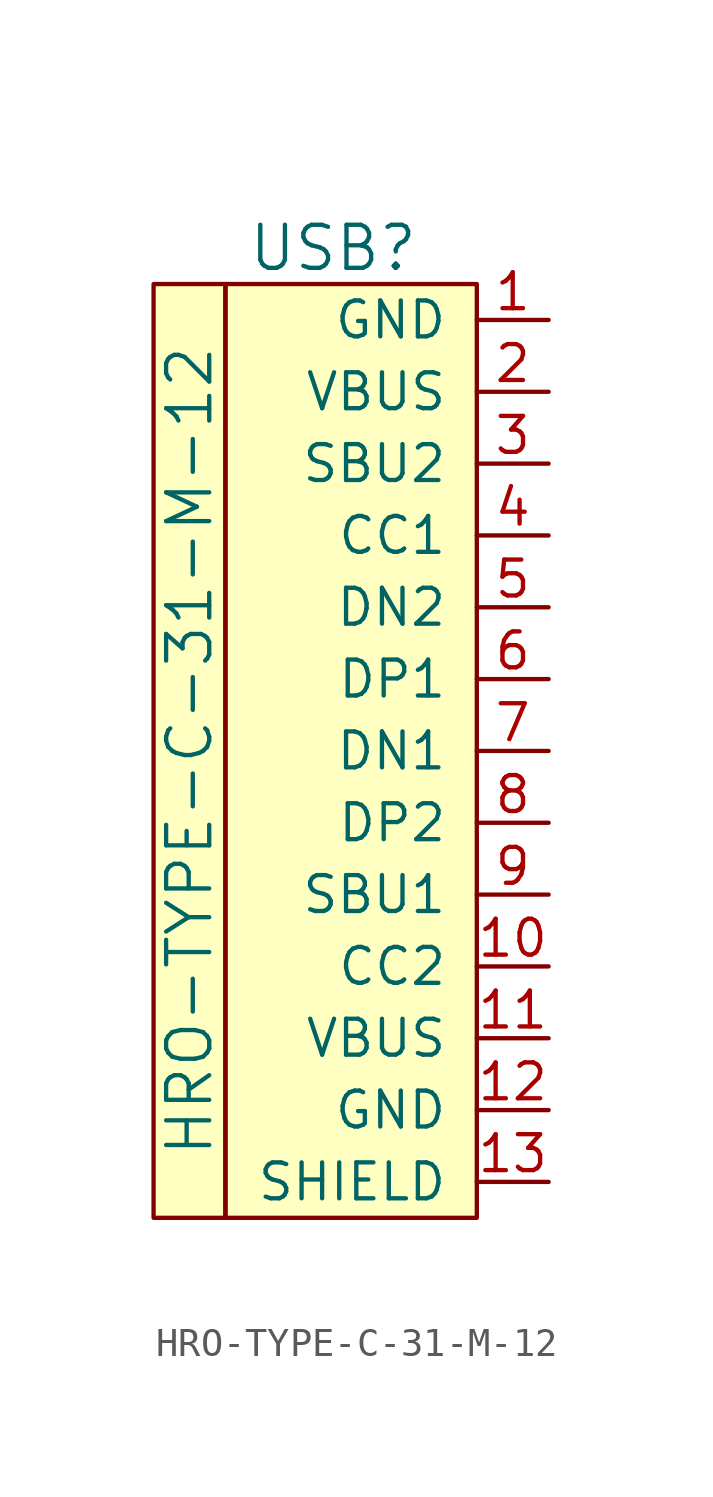
<source format=kicad_sym>
(kicad_symbol_lib
  (version 20241209)
  (generator "kicad_symbol_editor")
  (generator_version "9.99")
  (symbol "HRO-TYPE-C-31-M-12"
    (pin_names
      (offset 1.016))
    (property "Reference" "USB"
      (at -5.08 16.51 0)
      (effects (font (size 1.524 1.524))))
    (property "Value" "HRO-TYPE-C-31-M-12"
      (at -10.16 -1.27 90)
      (effects (font (size 1.524 1.524))))
    (symbol "HRO-TYPE-C-31-M-12_0_1"
      (rectangle (start -11.43 15.24) (end -8.89 -17.78) (stroke (width 0) (type solid)) (fill (type background)))
      (rectangle (start 0 -17.78) (end -8.89 15.24) (stroke (width 0) (type solid)) (fill (type background))))
    (symbol "HRO-TYPE-C-31-M-12_1_1"
      (pin input line (at 2.54 13.97 180) (length 2.54) (name "GND" (effects (font (size 1.27 1.27)))) (number "1" (effects (font (size 1.27 1.27)))))
      (pin input line (at 2.54 11.43 180) (length 2.54) (name "VBUS" (effects (font (size 1.27 1.27)))) (number "2" (effects (font (size 1.27 1.27)))))
      (pin input line (at 2.54 8.89 180) (length 2.54) (name "SBU2" (effects (font (size 1.27 1.27)))) (number "3" (effects (font (size 1.27 1.27)))))
      (pin input line (at 2.54 6.35 180) (length 2.54) (name "CC1" (effects (font (size 1.27 1.27)))) (number "4" (effects (font (size 1.27 1.27)))))
      (pin input line (at 2.54 3.81 180) (length 2.54) (name "DN2" (effects (font (size 1.27 1.27)))) (number "5" (effects (font (size 1.27 1.27)))))
      (pin input line (at 2.54 1.27 180) (length 2.54) (name "DP1" (effects (font (size 1.27 1.27)))) (number "6" (effects (font (size 1.27 1.27)))))
      (pin input line (at 2.54 -1.27 180) (length 2.54) (name "DN1" (effects (font (size 1.27 1.27)))) (number "7" (effects (font (size 1.27 1.27)))))
      (pin input line (at 2.54 -3.81 180) (length 2.54) (name "DP2" (effects (font (size 1.27 1.27)))) (number "8" (effects (font (size 1.27 1.27)))))
      (pin input line (at 2.54 -6.35 180) (length 2.54) (name "SBU1" (effects (font (size 1.27 1.27)))) (number "9" (effects (font (size 1.27 1.27)))))
      (pin input line (at 2.54 -8.89 180) (length 2.54) (name "CC2" (effects (font (size 1.27 1.27)))) (number "10" (effects (font (size 1.27 1.27)))))
      (pin input line (at 2.54 -11.43 180) (length 2.54) (name "VBUS" (effects (font (size 1.27 1.27)))) (number "11" (effects (font (size 1.27 1.27)))))
      (pin input line (at 2.54 -13.97 180) (length 2.54) (name "GND" (effects (font (size 1.27 1.27)))) (number "12" (effects (font (size 1.27 1.27)))))
      (pin input line (at 2.54 -16.51 180) (length 2.54) (name "SHIELD" (effects (font (size 1.27 1.27)))) (number "13" (effects (font (size 1.27 1.27))))))))
</source>
